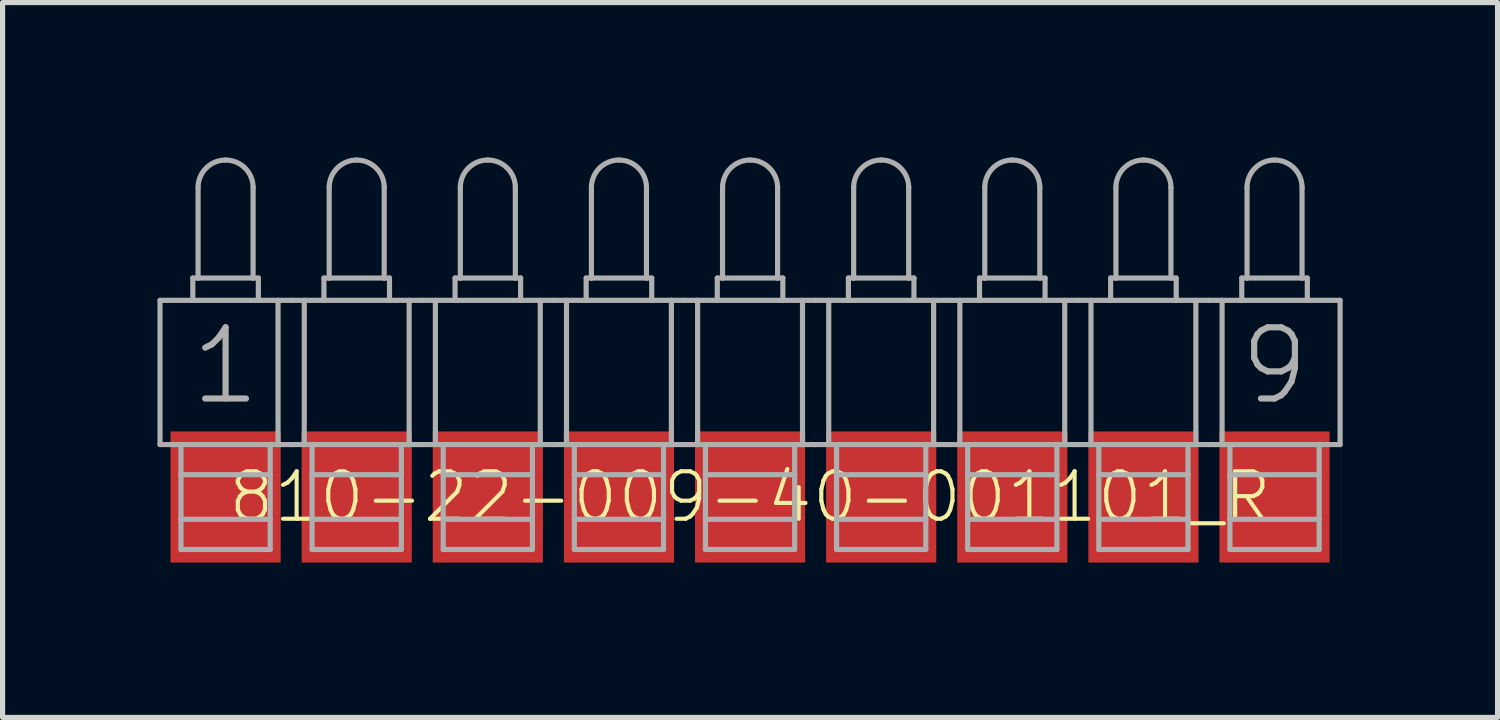
<source format=kicad_pcb>
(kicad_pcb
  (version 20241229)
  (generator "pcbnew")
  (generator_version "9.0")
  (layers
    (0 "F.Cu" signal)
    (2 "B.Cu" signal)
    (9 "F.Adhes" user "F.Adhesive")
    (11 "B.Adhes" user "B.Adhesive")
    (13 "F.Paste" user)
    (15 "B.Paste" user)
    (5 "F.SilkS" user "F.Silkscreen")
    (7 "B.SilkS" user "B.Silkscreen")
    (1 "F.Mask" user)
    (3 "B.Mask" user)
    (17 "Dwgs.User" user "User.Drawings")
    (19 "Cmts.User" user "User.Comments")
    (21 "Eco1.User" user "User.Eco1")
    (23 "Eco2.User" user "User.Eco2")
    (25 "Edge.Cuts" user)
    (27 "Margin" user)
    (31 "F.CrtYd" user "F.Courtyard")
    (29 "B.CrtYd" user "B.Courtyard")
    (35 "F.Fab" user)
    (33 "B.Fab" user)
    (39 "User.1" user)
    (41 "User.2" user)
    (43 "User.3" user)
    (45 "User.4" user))
  (footprint "810-22-009-40-001101_R"
    (layer "F.Cu")
    (at 11.48 6.578)
    (property "Reference" "810-22-009-40-001101_R" (at 0 0 0) (unlocked yes) (layer "F.SilkS") (effects (font (size 0.92 0.92) (thickness 0.08))))
    (fp_line (start -11.43 -3.81) (end -10.795 -3.81) (stroke (width 0.1) (type solid)) (layer "F.Fab"))
    (fp_line (start -11.43 -1.016) (end -11.43 -3.81) (stroke (width 0.1) (type solid)) (layer "F.Fab"))
    (fp_line (start -11.024 -1.016) (end -11.43 -1.016) (stroke (width 0.1) (type solid)) (layer "F.Fab"))
    (fp_line (start -11.024 -1.016) (end -9.296 -1.016) (stroke (width 0.1) (type solid)) (layer "F.Fab"))
    (fp_line (start -11.024 -0.432) (end -11.024 -1.016) (stroke (width 0.1) (type solid)) (layer "F.Fab"))
    (fp_line (start -11.024 -0.432) (end -9.296 -0.432) (stroke (width 0.1) (type solid)) (layer "F.Fab"))
    (fp_line (start -11.024 0.432) (end -11.024 -0.432) (stroke (width 0.1) (type solid)) (layer "F.Fab"))
    (fp_line (start -11.024 0.432) (end -9.296 0.432) (stroke (width 0.1) (type solid)) (layer "F.Fab"))
    (fp_line (start -11.024 1.016) (end -11.024 0.432) (stroke (width 0.1) (type solid)) (layer "F.Fab"))
    (fp_line (start -11.024 1.016) (end -9.296 1.016) (stroke (width 0.1) (type solid)) (layer "F.Fab"))
    (fp_line (start -10.795 -4.242) (end -10.795 -3.81) (stroke (width 0.1) (type solid)) (layer "F.Fab"))
    (fp_line (start -10.795 -4.242) (end -10.693 -4.242) (stroke (width 0.1) (type solid)) (layer "F.Fab"))
    (fp_line (start -10.795 -3.81) (end -9.525 -3.81) (stroke (width 0.1) (type solid)) (layer "F.Fab"))
    (fp_line (start -10.693 -5.994) (end -10.693 -4.242) (stroke (width 0.1) (type solid)) (layer "F.Fab"))
    (fp_line (start -10.693 -4.242) (end -9.627 -4.242) (stroke (width 0.1) (type solid)) (layer "F.Fab"))
    (fp_line (start -9.627 -5.994) (end -9.627 -4.242) (stroke (width 0.1) (type solid)) (layer "F.Fab"))
    (fp_line (start -9.627 -4.242) (end -9.525 -4.242) (stroke (width 0.1) (type solid)) (layer "F.Fab"))
    (fp_line (start -9.525 -4.242) (end -9.525 -3.81) (stroke (width 0.1) (type solid)) (layer "F.Fab"))
    (fp_line (start -9.525 -3.81) (end -8.89 -3.81) (stroke (width 0.1) (type solid)) (layer "F.Fab"))
    (fp_line (start -9.296 -1.016) (end -8.89 -1.016) (stroke (width 0.1) (type solid)) (layer "F.Fab"))
    (fp_line (start -9.296 -0.432) (end -9.296 -1.016) (stroke (width 0.1) (type solid)) (layer "F.Fab"))
    (fp_line (start -9.296 0.432) (end -9.296 -0.432) (stroke (width 0.1) (type solid)) (layer "F.Fab"))
    (fp_line (start -9.296 1.016) (end -9.296 0.432) (stroke (width 0.1) (type solid)) (layer "F.Fab"))
    (fp_line (start -9.144 -1.016) (end -9.144 -3.81) (stroke (width 0.1) (type solid)) (layer "F.Fab"))
    (fp_line (start -8.89 -3.81) (end -8.255 -3.81) (stroke (width 0.1) (type solid)) (layer "F.Fab"))
    (fp_line (start -8.636 -1.016) (end -8.636 -3.81) (stroke (width 0.1) (type solid)) (layer "F.Fab"))
    (fp_line (start -8.484 -1.016) (end -8.89 -1.016) (stroke (width 0.1) (type solid)) (layer "F.Fab"))
    (fp_line (start -8.484 -1.016) (end -6.756 -1.016) (stroke (width 0.1) (type solid)) (layer "F.Fab"))
    (fp_line (start -8.484 -0.432) (end -8.484 -1.016) (stroke (width 0.1) (type solid)) (layer "F.Fab"))
    (fp_line (start -8.484 -0.432) (end -6.756 -0.432) (stroke (width 0.1) (type solid)) (layer "F.Fab"))
    (fp_line (start -8.484 0.432) (end -8.484 -0.432) (stroke (width 0.1) (type solid)) (layer "F.Fab"))
    (fp_line (start -8.484 0.432) (end -6.756 0.432) (stroke (width 0.1) (type solid)) (layer "F.Fab"))
    (fp_line (start -8.484 1.016) (end -8.484 0.432) (stroke (width 0.1) (type solid)) (layer "F.Fab"))
    (fp_line (start -8.484 1.016) (end -6.756 1.016) (stroke (width 0.1) (type solid)) (layer "F.Fab"))
    (fp_line (start -8.255 -4.242) (end -8.255 -3.81) (stroke (width 0.1) (type solid)) (layer "F.Fab"))
    (fp_line (start -8.255 -4.242) (end -8.153 -4.242) (stroke (width 0.1) (type solid)) (layer "F.Fab"))
    (fp_line (start -8.255 -3.81) (end -6.985 -3.81) (stroke (width 0.1) (type solid)) (layer "F.Fab"))
    (fp_line (start -8.153 -5.994) (end -8.153 -4.242) (stroke (width 0.1) (type solid)) (layer "F.Fab"))
    (fp_line (start -8.153 -4.242) (end -7.087 -4.242) (stroke (width 0.1) (type solid)) (layer "F.Fab"))
    (fp_line (start -7.087 -5.994) (end -7.087 -4.242) (stroke (width 0.1) (type solid)) (layer "F.Fab"))
    (fp_line (start -7.087 -4.242) (end -6.985 -4.242) (stroke (width 0.1) (type solid)) (layer "F.Fab"))
    (fp_line (start -6.985 -4.242) (end -6.985 -3.81) (stroke (width 0.1) (type solid)) (layer "F.Fab"))
    (fp_line (start -6.985 -3.81) (end -6.35 -3.81) (stroke (width 0.1) (type solid)) (layer "F.Fab"))
    (fp_line (start -6.756 -1.016) (end -6.35 -1.016) (stroke (width 0.1) (type solid)) (layer "F.Fab"))
    (fp_line (start -6.756 -0.432) (end -6.756 -1.016) (stroke (width 0.1) (type solid)) (layer "F.Fab"))
    (fp_line (start -6.756 0.432) (end -6.756 -0.432) (stroke (width 0.1) (type solid)) (layer "F.Fab"))
    (fp_line (start -6.756 1.016) (end -6.756 0.432) (stroke (width 0.1) (type solid)) (layer "F.Fab"))
    (fp_line (start -6.604 -1.016) (end -6.604 -3.81) (stroke (width 0.1) (type solid)) (layer "F.Fab"))
    (fp_line (start -6.35 -3.81) (end -5.715 -3.81) (stroke (width 0.1) (type solid)) (layer "F.Fab"))
    (fp_line (start -6.096 -1.016) (end -6.096 -3.81) (stroke (width 0.1) (type solid)) (layer "F.Fab"))
    (fp_line (start -5.944 -1.016) (end -6.35 -1.016) (stroke (width 0.1) (type solid)) (layer "F.Fab"))
    (fp_line (start -5.944 -1.016) (end -4.216 -1.016) (stroke (width 0.1) (type solid)) (layer "F.Fab"))
    (fp_line (start -5.944 -0.432) (end -5.944 -1.016) (stroke (width 0.1) (type solid)) (layer "F.Fab"))
    (fp_line (start -5.944 -0.432) (end -4.216 -0.432) (stroke (width 0.1) (type solid)) (layer "F.Fab"))
    (fp_line (start -5.944 0.432) (end -5.944 -0.432) (stroke (width 0.1) (type solid)) (layer "F.Fab"))
    (fp_line (start -5.944 0.432) (end -4.216 0.432) (stroke (width 0.1) (type solid)) (layer "F.Fab"))
    (fp_line (start -5.944 1.016) (end -5.944 0.432) (stroke (width 0.1) (type solid)) (layer "F.Fab"))
    (fp_line (start -5.944 1.016) (end -4.216 1.016) (stroke (width 0.1) (type solid)) (layer "F.Fab"))
    (fp_line (start -5.715 -4.242) (end -5.715 -3.81) (stroke (width 0.1) (type solid)) (layer "F.Fab"))
    (fp_line (start -5.715 -4.242) (end -5.613 -4.242) (stroke (width 0.1) (type solid)) (layer "F.Fab"))
    (fp_line (start -5.715 -3.81) (end -4.445 -3.81) (stroke (width 0.1) (type solid)) (layer "F.Fab"))
    (fp_line (start -5.613 -5.994) (end -5.613 -4.242) (stroke (width 0.1) (type solid)) (layer "F.Fab"))
    (fp_line (start -5.613 -4.242) (end -4.547 -4.242) (stroke (width 0.1) (type solid)) (layer "F.Fab"))
    (fp_line (start -4.547 -5.994) (end -4.547 -4.242) (stroke (width 0.1) (type solid)) (layer "F.Fab"))
    (fp_line (start -4.547 -4.242) (end -4.445 -4.242) (stroke (width 0.1) (type solid)) (layer "F.Fab"))
    (fp_line (start -4.445 -4.242) (end -4.445 -3.81) (stroke (width 0.1) (type solid)) (layer "F.Fab"))
    (fp_line (start -4.445 -3.81) (end -3.81 -3.81) (stroke (width 0.1) (type solid)) (layer "F.Fab"))
    (fp_line (start -4.216 -1.016) (end -3.81 -1.016) (stroke (width 0.1) (type solid)) (layer "F.Fab"))
    (fp_line (start -4.216 -0.432) (end -4.216 -1.016) (stroke (width 0.1) (type solid)) (layer "F.Fab"))
    (fp_line (start -4.216 0.432) (end -4.216 -0.432) (stroke (width 0.1) (type solid)) (layer "F.Fab"))
    (fp_line (start -4.216 1.016) (end -4.216 0.432) (stroke (width 0.1) (type solid)) (layer "F.Fab"))
    (fp_line (start -4.064 -1.016) (end -4.064 -3.81) (stroke (width 0.1) (type solid)) (layer "F.Fab"))
    (fp_line (start -3.81 -3.81) (end -3.175 -3.81) (stroke (width 0.1) (type solid)) (layer "F.Fab"))
    (fp_line (start -3.556 -1.016) (end -3.556 -3.81) (stroke (width 0.1) (type solid)) (layer "F.Fab"))
    (fp_line (start -3.404 -1.016) (end -3.81 -1.016) (stroke (width 0.1) (type solid)) (layer "F.Fab"))
    (fp_line (start -3.404 -1.016) (end -1.676 -1.016) (stroke (width 0.1) (type solid)) (layer "F.Fab"))
    (fp_line (start -3.404 -0.432) (end -3.404 -1.016) (stroke (width 0.1) (type solid)) (layer "F.Fab"))
    (fp_line (start -3.404 -0.432) (end -1.676 -0.432) (stroke (width 0.1) (type solid)) (layer "F.Fab"))
    (fp_line (start -3.404 0.432) (end -3.404 -0.432) (stroke (width 0.1) (type solid)) (layer "F.Fab"))
    (fp_line (start -3.404 0.432) (end -1.676 0.432) (stroke (width 0.1) (type solid)) (layer "F.Fab"))
    (fp_line (start -3.404 1.016) (end -3.404 0.432) (stroke (width 0.1) (type solid)) (layer "F.Fab"))
    (fp_line (start -3.404 1.016) (end -1.676 1.016) (stroke (width 0.1) (type solid)) (layer "F.Fab"))
    (fp_line (start -3.175 -4.242) (end -3.175 -3.81) (stroke (width 0.1) (type solid)) (layer "F.Fab"))
    (fp_line (start -3.175 -4.242) (end -3.073 -4.242) (stroke (width 0.1) (type solid)) (layer "F.Fab"))
    (fp_line (start -3.175 -3.81) (end -1.905 -3.81) (stroke (width 0.1) (type solid)) (layer "F.Fab"))
    (fp_line (start -3.073 -5.994) (end -3.073 -4.242) (stroke (width 0.1) (type solid)) (layer "F.Fab"))
    (fp_line (start -3.073 -4.242) (end -2.007 -4.242) (stroke (width 0.1) (type solid)) (layer "F.Fab"))
    (fp_line (start -2.007 -5.994) (end -2.007 -4.242) (stroke (width 0.1) (type solid)) (layer "F.Fab"))
    (fp_line (start -2.007 -4.242) (end -1.905 -4.242) (stroke (width 0.1) (type solid)) (layer "F.Fab"))
    (fp_line (start -1.905 -4.242) (end -1.905 -3.81) (stroke (width 0.1) (type solid)) (layer "F.Fab"))
    (fp_line (start -1.905 -3.81) (end -1.524 -3.81) (stroke (width 0.1) (type solid)) (layer "F.Fab"))
    (fp_line (start -1.676 -1.016) (end -1.524 -1.016) (stroke (width 0.1) (type solid)) (layer "F.Fab"))
    (fp_line (start -1.676 -0.432) (end -1.676 -1.016) (stroke (width 0.1) (type solid)) (layer "F.Fab"))
    (fp_line (start -1.676 0.432) (end -1.676 -0.432) (stroke (width 0.1) (type solid)) (layer "F.Fab"))
    (fp_line (start -1.676 1.016) (end -1.676 0.432) (stroke (width 0.1) (type solid)) (layer "F.Fab"))
    (fp_line (start -1.524 -3.81) (end -1.27 -3.81) (stroke (width 0.1) (type solid)) (layer "F.Fab"))
    (fp_line (start -1.524 -1.016) (end -1.524 -3.81) (stroke (width 0.1) (type solid)) (layer "F.Fab"))
    (fp_line (start -1.524 -1.016) (end -1.27 -1.016) (stroke (width 0.1) (type solid)) (layer "F.Fab"))
    (fp_line (start -1.27 -3.81) (end -1.016 -3.81) (stroke (width 0.1) (type solid)) (layer "F.Fab"))
    (fp_line (start -1.016 -3.81) (end -0.635 -3.81) (stroke (width 0.1) (type solid)) (layer "F.Fab"))
    (fp_line (start -1.016 -1.016) (end -1.27 -1.016) (stroke (width 0.1) (type solid)) (layer "F.Fab"))
    (fp_line (start -1.016 -1.016) (end -1.016 -3.81) (stroke (width 0.1) (type solid)) (layer "F.Fab"))
    (fp_line (start -0.864 -1.016) (end -1.016 -1.016) (stroke (width 0.1) (type solid)) (layer "F.Fab"))
    (fp_line (start -0.864 -1.016) (end 0.864 -1.016) (stroke (width 0.1) (type solid)) (layer "F.Fab"))
    (fp_line (start -0.864 -0.432) (end -0.864 -1.016) (stroke (width 0.1) (type solid)) (layer "F.Fab"))
    (fp_line (start -0.864 -0.432) (end 0.864 -0.432) (stroke (width 0.1) (type solid)) (layer "F.Fab"))
    (fp_line (start -0.864 0.432) (end -0.864 -0.432) (stroke (width 0.1) (type solid)) (layer "F.Fab"))
    (fp_line (start -0.864 0.432) (end 0.864 0.432) (stroke (width 0.1) (type solid)) (layer "F.Fab"))
    (fp_line (start -0.864 1.016) (end -0.864 0.432) (stroke (width 0.1) (type solid)) (layer "F.Fab"))
    (fp_line (start -0.864 1.016) (end 0.864 1.016) (stroke (width 0.1) (type solid)) (layer "F.Fab"))
    (fp_line (start -0.635 -4.242) (end -0.635 -3.81) (stroke (width 0.1) (type solid)) (layer "F.Fab"))
    (fp_line (start -0.635 -4.242) (end -0.533 -4.242) (stroke (width 0.1) (type solid)) (layer "F.Fab"))
    (fp_line (start -0.635 -3.81) (end 0.635 -3.81) (stroke (width 0.1) (type solid)) (layer "F.Fab"))
    (fp_line (start -0.533 -5.994) (end -0.533 -4.242) (stroke (width 0.1) (type solid)) (layer "F.Fab"))
    (fp_line (start -0.533 -4.242) (end 0.533 -4.242) (stroke (width 0.1) (type solid)) (layer "F.Fab"))
    (fp_line (start 0.533 -5.994) (end 0.533 -4.242) (stroke (width 0.1) (type solid)) (layer "F.Fab"))
    (fp_line (start 0.533 -4.242) (end 0.635 -4.242) (stroke (width 0.1) (type solid)) (layer "F.Fab"))
    (fp_line (start 0.635 -4.242) (end 0.635 -3.81) (stroke (width 0.1) (type solid)) (layer "F.Fab"))
    (fp_line (start 0.635 -3.81) (end 1.27 -3.81) (stroke (width 0.1) (type solid)) (layer "F.Fab"))
    (fp_line (start 0.864 -1.016) (end 1.27 -1.016) (stroke (width 0.1) (type solid)) (layer "F.Fab"))
    (fp_line (start 0.864 -0.432) (end 0.864 -1.016) (stroke (width 0.1) (type solid)) (layer "F.Fab"))
    (fp_line (start 0.864 0.432) (end 0.864 -0.432) (stroke (width 0.1) (type solid)) (layer "F.Fab"))
    (fp_line (start 0.864 1.016) (end 0.864 0.432) (stroke (width 0.1) (type solid)) (layer "F.Fab"))
    (fp_line (start 1.016 -1.016) (end 1.016 -3.81) (stroke (width 0.1) (type solid)) (layer "F.Fab"))
    (fp_line (start 1.27 -3.81) (end 1.905 -3.81) (stroke (width 0.1) (type solid)) (layer "F.Fab"))
    (fp_line (start 1.524 -1.016) (end 1.524 -3.81) (stroke (width 0.1) (type solid)) (layer "F.Fab"))
    (fp_line (start 1.676 -1.016) (end 1.27 -1.016) (stroke (width 0.1) (type solid)) (layer "F.Fab"))
    (fp_line (start 1.676 -1.016) (end 3.404 -1.016) (stroke (width 0.1) (type solid)) (layer "F.Fab"))
    (fp_line (start 1.676 -0.432) (end 1.676 -1.016) (stroke (width 0.1) (type solid)) (layer "F.Fab"))
    (fp_line (start 1.676 -0.432) (end 3.404 -0.432) (stroke (width 0.1) (type solid)) (layer "F.Fab"))
    (fp_line (start 1.676 0.432) (end 1.676 -0.432) (stroke (width 0.1) (type solid)) (layer "F.Fab"))
    (fp_line (start 1.676 0.432) (end 3.404 0.432) (stroke (width 0.1) (type solid)) (layer "F.Fab"))
    (fp_line (start 1.676 1.016) (end 1.676 0.432) (stroke (width 0.1) (type solid)) (layer "F.Fab"))
    (fp_line (start 1.676 1.016) (end 3.404 1.016) (stroke (width 0.1) (type solid)) (layer "F.Fab"))
    (fp_line (start 1.905 -4.242) (end 1.905 -3.81) (stroke (width 0.1) (type solid)) (layer "F.Fab"))
    (fp_line (start 1.905 -4.242) (end 2.007 -4.242) (stroke (width 0.1) (type solid)) (layer "F.Fab"))
    (fp_line (start 1.905 -3.81) (end 3.175 -3.81) (stroke (width 0.1) (type solid)) (layer "F.Fab"))
    (fp_line (start 2.007 -5.994) (end 2.007 -4.242) (stroke (width 0.1) (type solid)) (layer "F.Fab"))
    (fp_line (start 2.007 -4.242) (end 3.073 -4.242) (stroke (width 0.1) (type solid)) (layer "F.Fab"))
    (fp_line (start 3.073 -5.994) (end 3.073 -4.242) (stroke (width 0.1) (type solid)) (layer "F.Fab"))
    (fp_line (start 3.073 -4.242) (end 3.175 -4.242) (stroke (width 0.1) (type solid)) (layer "F.Fab"))
    (fp_line (start 3.175 -4.242) (end 3.175 -3.81) (stroke (width 0.1) (type solid)) (layer "F.Fab"))
    (fp_line (start 3.175 -3.81) (end 3.81 -3.81) (stroke (width 0.1) (type solid)) (layer "F.Fab"))
    (fp_line (start 3.404 -1.016) (end 3.81 -1.016) (stroke (width 0.1) (type solid)) (layer "F.Fab"))
    (fp_line (start 3.404 -0.432) (end 3.404 -1.016) (stroke (width 0.1) (type solid)) (layer "F.Fab"))
    (fp_line (start 3.404 0.432) (end 3.404 -0.432) (stroke (width 0.1) (type solid)) (layer "F.Fab"))
    (fp_line (start 3.404 1.016) (end 3.404 0.432) (stroke (width 0.1) (type solid)) (layer "F.Fab"))
    (fp_line (start 3.556 -1.016) (end 3.556 -3.81) (stroke (width 0.1) (type solid)) (layer "F.Fab"))
    (fp_line (start 3.81 -3.81) (end 4.445 -3.81) (stroke (width 0.1) (type solid)) (layer "F.Fab"))
    (fp_line (start 4.064 -1.016) (end 4.064 -3.81) (stroke (width 0.1) (type solid)) (layer "F.Fab"))
    (fp_line (start 4.216 -1.016) (end 3.81 -1.016) (stroke (width 0.1) (type solid)) (layer "F.Fab"))
    (fp_line (start 4.216 -1.016) (end 5.944 -1.016) (stroke (width 0.1) (type solid)) (layer "F.Fab"))
    (fp_line (start 4.216 -0.432) (end 4.216 -1.016) (stroke (width 0.1) (type solid)) (layer "F.Fab"))
    (fp_line (start 4.216 -0.432) (end 5.944 -0.432) (stroke (width 0.1) (type solid)) (layer "F.Fab"))
    (fp_line (start 4.216 0.432) (end 4.216 -0.432) (stroke (width 0.1) (type solid)) (layer "F.Fab"))
    (fp_line (start 4.216 0.432) (end 5.944 0.432) (stroke (width 0.1) (type solid)) (layer "F.Fab"))
    (fp_line (start 4.216 1.016) (end 4.216 0.432) (stroke (width 0.1) (type solid)) (layer "F.Fab"))
    (fp_line (start 4.216 1.016) (end 5.944 1.016) (stroke (width 0.1) (type solid)) (layer "F.Fab"))
    (fp_line (start 4.445 -4.242) (end 4.445 -3.81) (stroke (width 0.1) (type solid)) (layer "F.Fab"))
    (fp_line (start 4.445 -4.242) (end 4.547 -4.242) (stroke (width 0.1) (type solid)) (layer "F.Fab"))
    (fp_line (start 4.445 -3.81) (end 5.715 -3.81) (stroke (width 0.1) (type solid)) (layer "F.Fab"))
    (fp_line (start 4.547 -5.994) (end 4.547 -4.242) (stroke (width 0.1) (type solid)) (layer "F.Fab"))
    (fp_line (start 4.547 -4.242) (end 5.613 -4.242) (stroke (width 0.1) (type solid)) (layer "F.Fab"))
    (fp_line (start 5.613 -5.994) (end 5.613 -4.242) (stroke (width 0.1) (type solid)) (layer "F.Fab"))
    (fp_line (start 5.613 -4.242) (end 5.715 -4.242) (stroke (width 0.1) (type solid)) (layer "F.Fab"))
    (fp_line (start 5.715 -4.242) (end 5.715 -3.81) (stroke (width 0.1) (type solid)) (layer "F.Fab"))
    (fp_line (start 5.715 -3.81) (end 6.35 -3.81) (stroke (width 0.1) (type solid)) (layer "F.Fab"))
    (fp_line (start 5.944 -1.016) (end 6.35 -1.016) (stroke (width 0.1) (type solid)) (layer "F.Fab"))
    (fp_line (start 5.944 -0.432) (end 5.944 -1.016) (stroke (width 0.1) (type solid)) (layer "F.Fab"))
    (fp_line (start 5.944 0.432) (end 5.944 -0.432) (stroke (width 0.1) (type solid)) (layer "F.Fab"))
    (fp_line (start 5.944 1.016) (end 5.944 0.432) (stroke (width 0.1) (type solid)) (layer "F.Fab"))
    (fp_line (start 6.096 -1.016) (end 6.096 -3.81) (stroke (width 0.1) (type solid)) (layer "F.Fab"))
    (fp_line (start 6.35 -3.81) (end 6.985 -3.81) (stroke (width 0.1) (type solid)) (layer "F.Fab"))
    (fp_line (start 6.604 -1.016) (end 6.604 -3.81) (stroke (width 0.1) (type solid)) (layer "F.Fab"))
    (fp_line (start 6.756 -1.016) (end 6.35 -1.016) (stroke (width 0.1) (type solid)) (layer "F.Fab"))
    (fp_line (start 6.756 -1.016) (end 8.484 -1.016) (stroke (width 0.1) (type solid)) (layer "F.Fab"))
    (fp_line (start 6.756 -0.432) (end 6.756 -1.016) (stroke (width 0.1) (type solid)) (layer "F.Fab"))
    (fp_line (start 6.756 -0.432) (end 8.484 -0.432) (stroke (width 0.1) (type solid)) (layer "F.Fab"))
    (fp_line (start 6.756 0.432) (end 6.756 -0.432) (stroke (width 0.1) (type solid)) (layer "F.Fab"))
    (fp_line (start 6.756 0.432) (end 8.484 0.432) (stroke (width 0.1) (type solid)) (layer "F.Fab"))
    (fp_line (start 6.756 1.016) (end 6.756 0.432) (stroke (width 0.1) (type solid)) (layer "F.Fab"))
    (fp_line (start 6.756 1.016) (end 8.484 1.016) (stroke (width 0.1) (type solid)) (layer "F.Fab"))
    (fp_line (start 6.985 -4.242) (end 6.985 -3.81) (stroke (width 0.1) (type solid)) (layer "F.Fab"))
    (fp_line (start 6.985 -4.242) (end 7.087 -4.242) (stroke (width 0.1) (type solid)) (layer "F.Fab"))
    (fp_line (start 6.985 -3.81) (end 8.255 -3.81) (stroke (width 0.1) (type solid)) (layer "F.Fab"))
    (fp_line (start 7.087 -5.994) (end 7.087 -4.242) (stroke (width 0.1) (type solid)) (layer "F.Fab"))
    (fp_line (start 7.087 -4.242) (end 8.153 -4.242) (stroke (width 0.1) (type solid)) (layer "F.Fab"))
    (fp_line (start 8.153 -5.994) (end 8.153 -4.242) (stroke (width 0.1) (type solid)) (layer "F.Fab"))
    (fp_line (start 8.153 -4.242) (end 8.255 -4.242) (stroke (width 0.1) (type solid)) (layer "F.Fab"))
    (fp_line (start 8.255 -4.242) (end 8.255 -3.81) (stroke (width 0.1) (type solid)) (layer "F.Fab"))
    (fp_line (start 8.255 -3.81) (end 8.89 -3.81) (stroke (width 0.1) (type solid)) (layer "F.Fab"))
    (fp_line (start 8.484 -1.016) (end 8.89 -1.016) (stroke (width 0.1) (type solid)) (layer "F.Fab"))
    (fp_line (start 8.484 -0.432) (end 8.484 -1.016) (stroke (width 0.1) (type solid)) (layer "F.Fab"))
    (fp_line (start 8.484 0.432) (end 8.484 -0.432) (stroke (width 0.1) (type solid)) (layer "F.Fab"))
    (fp_line (start 8.484 1.016) (end 8.484 0.432) (stroke (width 0.1) (type solid)) (layer "F.Fab"))
    (fp_line (start 8.636 -1.016) (end 8.636 -3.81) (stroke (width 0.1) (type solid)) (layer "F.Fab"))
    (fp_line (start 8.89 -3.81) (end 9.525 -3.81) (stroke (width 0.1) (type solid)) (layer "F.Fab"))
    (fp_line (start 9.144 -1.016) (end 9.144 -3.81) (stroke (width 0.1) (type solid)) (layer "F.Fab"))
    (fp_line (start 9.296 -1.016) (end 8.89 -1.016) (stroke (width 0.1) (type solid)) (layer "F.Fab"))
    (fp_line (start 9.296 -1.016) (end 11.024 -1.016) (stroke (width 0.1) (type solid)) (layer "F.Fab"))
    (fp_line (start 9.296 -0.432) (end 9.296 -1.016) (stroke (width 0.1) (type solid)) (layer "F.Fab"))
    (fp_line (start 9.296 -0.432) (end 11.024 -0.432) (stroke (width 0.1) (type solid)) (layer "F.Fab"))
    (fp_line (start 9.296 0.432) (end 9.296 -0.432) (stroke (width 0.1) (type solid)) (layer "F.Fab"))
    (fp_line (start 9.296 0.432) (end 11.024 0.432) (stroke (width 0.1) (type solid)) (layer "F.Fab"))
    (fp_line (start 9.296 1.016) (end 9.296 0.432) (stroke (width 0.1) (type solid)) (layer "F.Fab"))
    (fp_line (start 9.296 1.016) (end 11.024 1.016) (stroke (width 0.1) (type solid)) (layer "F.Fab"))
    (fp_line (start 9.525 -4.242) (end 9.525 -3.81) (stroke (width 0.1) (type solid)) (layer "F.Fab"))
    (fp_line (start 9.525 -4.242) (end 9.627 -4.242) (stroke (width 0.1) (type solid)) (layer "F.Fab"))
    (fp_line (start 9.525 -3.81) (end 10.795 -3.81) (stroke (width 0.1) (type solid)) (layer "F.Fab"))
    (fp_line (start 9.627 -5.994) (end 9.627 -4.242) (stroke (width 0.1) (type solid)) (layer "F.Fab"))
    (fp_line (start 9.627 -4.242) (end 10.693 -4.242) (stroke (width 0.1) (type solid)) (layer "F.Fab"))
    (fp_line (start 10.693 -5.994) (end 10.693 -4.242) (stroke (width 0.1) (type solid)) (layer "F.Fab"))
    (fp_line (start 10.693 -4.242) (end 10.795 -4.242) (stroke (width 0.1) (type solid)) (layer "F.Fab"))
    (fp_line (start 10.795 -4.242) (end 10.795 -3.81) (stroke (width 0.1) (type solid)) (layer "F.Fab"))
    (fp_line (start 10.795 -3.81) (end 11.43 -3.81) (stroke (width 0.1) (type solid)) (layer "F.Fab"))
    (fp_line (start 11.024 -1.016) (end 11.43 -1.016) (stroke (width 0.1) (type solid)) (layer "F.Fab"))
    (fp_line (start 11.024 -0.432) (end 11.024 -1.016) (stroke (width 0.1) (type solid)) (layer "F.Fab"))
    (fp_line (start 11.024 0.432) (end 11.024 -0.432) (stroke (width 0.1) (type solid)) (layer "F.Fab"))
    (fp_line (start 11.024 1.016) (end 11.024 0.432) (stroke (width 0.1) (type solid)) (layer "F.Fab"))
    (fp_line (start 11.43 -1.016) (end 11.43 -3.81) (stroke (width 0.1) (type solid)) (layer "F.Fab"))
    (fp_arc (start -10.6934 -5.9944) (mid -10.537171 -6.371571) (end -10.16 -6.5278) (stroke (width 0.1) (type solid)) (layer "F.Fab"))
    (fp_arc (start -10.16 -6.5278) (mid -9.782829 -6.371571) (end -9.6266 -5.9944) (stroke (width 0.1) (type solid)) (layer "F.Fab"))
    (fp_arc (start -8.1534 -5.9944) (mid -7.997171 -6.371571) (end -7.62 -6.5278) (stroke (width 0.1) (type solid)) (layer "F.Fab"))
    (fp_arc (start -7.62 -6.5278) (mid -7.242829 -6.371571) (end -7.0866 -5.9944) (stroke (width 0.1) (type solid)) (layer "F.Fab"))
    (fp_arc (start -5.6134 -5.9944) (mid -5.457171 -6.371571) (end -5.08 -6.5278) (stroke (width 0.1) (type solid)) (layer "F.Fab"))
    (fp_arc (start -5.08 -6.5278) (mid -4.702829 -6.371571) (end -4.5466 -5.9944) (stroke (width 0.1) (type solid)) (layer "F.Fab"))
    (fp_arc (start -3.0734 -5.9944) (mid -2.917171 -6.371571) (end -2.54 -6.5278) (stroke (width 0.1) (type solid)) (layer "F.Fab"))
    (fp_arc (start -2.54 -6.5278) (mid -2.162829 -6.371571) (end -2.0066 -5.9944) (stroke (width 0.1) (type solid)) (layer "F.Fab"))
    (fp_arc (start -0.5334 -5.9944) (mid -0.377171 -6.371571) (end 0 -6.5278) (stroke (width 0.1) (type solid)) (layer "F.Fab"))
    (fp_arc (start 0 -6.5278) (mid 0.377171 -6.371571) (end 0.5334 -5.9944) (stroke (width 0.1) (type solid)) (layer "F.Fab"))
    (fp_arc (start 2.0066 -5.9944) (mid 2.162829 -6.371571) (end 2.54 -6.5278) (stroke (width 0.1) (type solid)) (layer "F.Fab"))
    (fp_arc (start 2.54 -6.5278) (mid 2.917171 -6.371571) (end 3.0734 -5.9944) (stroke (width 0.1) (type solid)) (layer "F.Fab"))
    (fp_arc (start 4.5466 -5.9944) (mid 4.702829 -6.371571) (end 5.08 -6.5278) (stroke (width 0.1) (type solid)) (layer "F.Fab"))
    (fp_arc (start 5.08 -6.5278) (mid 5.457171 -6.371571) (end 5.6134 -5.9944) (stroke (width 0.1) (type solid)) (layer "F.Fab"))
    (fp_arc (start 7.0866 -5.9944) (mid 7.242829 -6.371571) (end 7.62 -6.5278) (stroke (width 0.1) (type solid)) (layer "F.Fab"))
    (fp_arc (start 7.62 -6.5278) (mid 7.997171 -6.371571) (end 8.1534 -5.9944) (stroke (width 0.1) (type solid)) (layer "F.Fab"))
    (fp_arc (start 9.6266 -5.9944) (mid 9.782829 -6.371571) (end 10.16 -6.5278) (stroke (width 0.1) (type solid)) (layer "F.Fab"))
    (fp_arc (start 10.16 -6.5278) (mid 10.537171 -6.371571) (end 10.6934 -5.9944) (stroke (width 0.1) (type solid)) (layer "F.Fab"))
    (fp_text user "1" (at -10.16 -2.54 0) (layer "F.Fab") (effects (font (size 1.38 1.38) (thickness 0.12))))
    (fp_text user "9" (at 10.16 -2.54 0) (layer "F.Fab") (effects (font (size 1.38 1.38) (thickness 0.12))))
    (pad "1" smd rect (at -10.16 0) (size 2.134 2.54) (layers "F.Cu" "F.Mask" "F.Paste"))
    (pad "2" smd rect (at -7.62 0) (size 2.134 2.54) (layers "F.Cu" "F.Mask" "F.Paste"))
    (pad "3" smd rect (at -5.08 0) (size 2.134 2.54) (layers "F.Cu" "F.Mask" "F.Paste"))
    (pad "4" smd rect (at -2.54 0) (size 2.134 2.54) (layers "F.Cu" "F.Mask" "F.Paste"))
    (pad "5" smd rect (at 0 0) (size 2.134 2.54) (layers "F.Cu" "F.Mask" "F.Paste"))
    (pad "6" smd rect (at 2.54 0) (size 2.134 2.54) (layers "F.Cu" "F.Mask" "F.Paste"))
    (pad "7" smd rect (at 5.08 0) (size 2.134 2.54) (layers "F.Cu" "F.Mask" "F.Paste"))
    (pad "8" smd rect (at 7.62 0) (size 2.134 2.54) (layers "F.Cu" "F.Mask" "F.Paste"))
    (pad "9" smd rect (at 10.16 0) (size 2.134 2.54) (layers "F.Cu" "F.Mask" "F.Paste")))
  (gr_rect
    (start -3 -3)
    (end 25.96 10.848)
    (stroke (width 0.1) (type default))
    (fill no)
    (layer "Edge.Cuts")))
</source>
